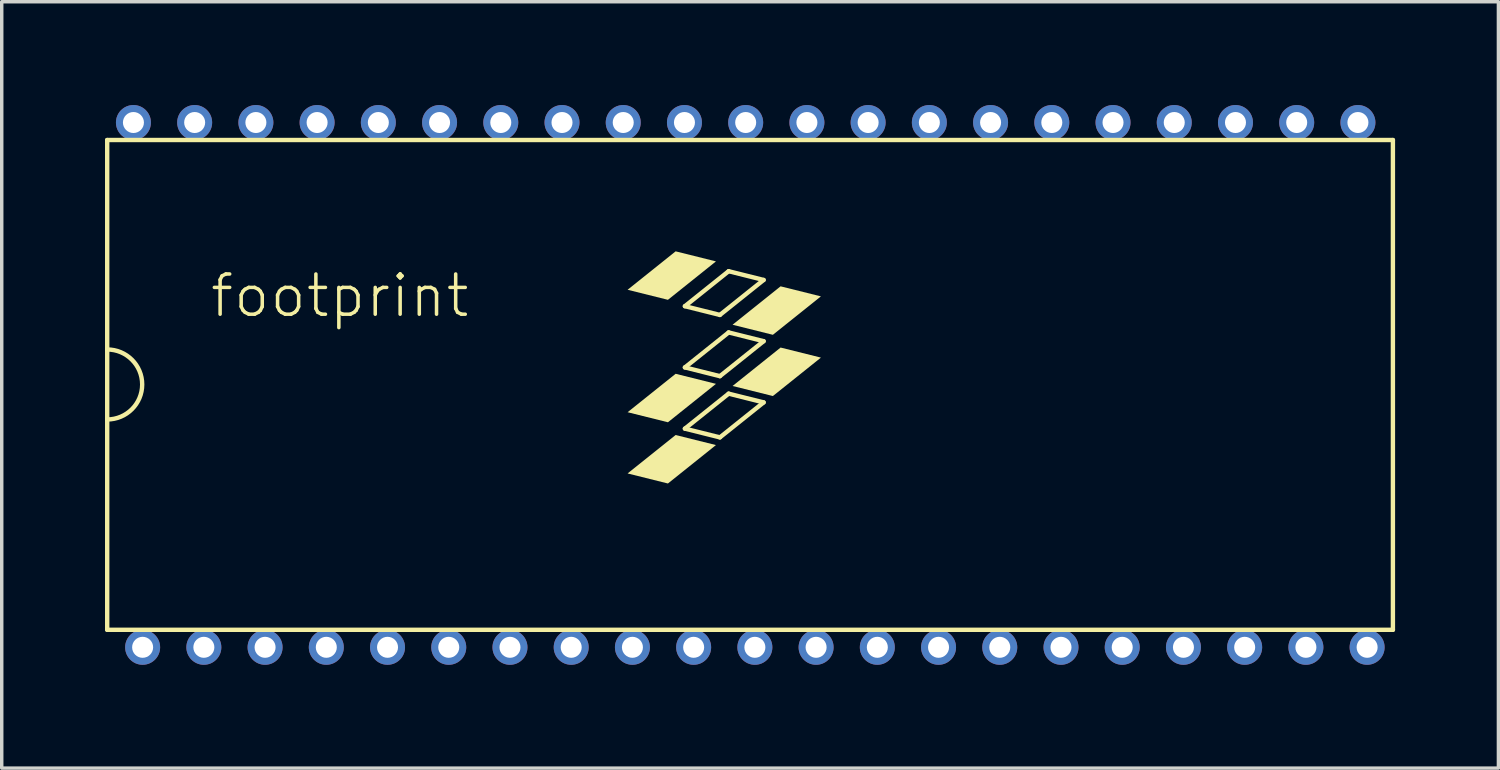
<source format=kicad_pcb>
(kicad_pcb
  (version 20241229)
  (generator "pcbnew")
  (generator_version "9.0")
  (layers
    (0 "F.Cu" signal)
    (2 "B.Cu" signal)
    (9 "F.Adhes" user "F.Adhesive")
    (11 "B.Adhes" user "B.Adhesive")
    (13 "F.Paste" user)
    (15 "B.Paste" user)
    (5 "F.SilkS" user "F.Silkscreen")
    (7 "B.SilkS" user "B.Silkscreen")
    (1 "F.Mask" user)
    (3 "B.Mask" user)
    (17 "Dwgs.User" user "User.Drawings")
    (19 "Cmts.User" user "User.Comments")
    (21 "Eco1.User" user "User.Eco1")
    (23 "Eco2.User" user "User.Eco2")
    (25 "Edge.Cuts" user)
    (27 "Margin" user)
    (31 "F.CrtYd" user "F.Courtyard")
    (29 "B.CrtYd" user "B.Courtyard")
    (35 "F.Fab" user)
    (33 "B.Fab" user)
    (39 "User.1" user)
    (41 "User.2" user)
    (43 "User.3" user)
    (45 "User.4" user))
  (footprint "footprint"
    (layer "F.Cu")
    (at 18.872 8.128)
    (property "Reference" "footprint" (at -15.875 -1.905 0) (layer "F.SilkS") (effects (font (size 1.168 1.168) (thickness 0.102)) (justify left bottom)))
    (fp_line (start -18.809 -7.112) (end -18.809 -1.029) (stroke (width 0.127) (type solid)) (layer "F.SilkS"))
    (fp_line (start -18.809 -1.029) (end -18.809 1.003) (stroke (width 0.127) (type solid)) (layer "F.SilkS"))
    (fp_line (start -18.809 1.003) (end -18.809 7.112) (stroke (width 0.127) (type solid)) (layer "F.SilkS"))
    (fp_line (start -18.809 7.112) (end 18.529 7.112) (stroke (width 0.127) (type solid)) (layer "F.SilkS"))
    (fp_line (start -2.032 -2.286) (end -0.762 -3.302) (stroke (width 0.127) (type solid)) (layer "F.SilkS"))
    (fp_line (start -2.032 1.27) (end -0.762 0.254) (stroke (width 0.127) (type solid)) (layer "F.SilkS"))
    (fp_line (start -1.016 -2.032) (end -2.032 -2.286) (stroke (width 0.127) (type solid)) (layer "F.SilkS"))
    (fp_line (start -1.016 -0.254) (end -2.032 -0.508) (stroke (width 0.127) (type solid)) (layer "F.SilkS"))
    (fp_line (start -1.016 1.524) (end -2.032 1.27) (stroke (width 0.127) (type solid)) (layer "F.SilkS"))
    (fp_line (start -0.762 -3.302) (end 0.254 -3.048) (stroke (width 0.127) (type solid)) (layer "F.SilkS"))
    (fp_line (start -0.762 -1.524) (end -2.032 -0.508) (stroke (width 0.127) (type solid)) (layer "F.SilkS"))
    (fp_line (start -0.762 -1.524) (end 0.254 -1.27) (stroke (width 0.127) (type solid)) (layer "F.SilkS"))
    (fp_line (start -0.762 0.254) (end 0.254 0.508) (stroke (width 0.127) (type solid)) (layer "F.SilkS"))
    (fp_line (start 0.254 -3.048) (end -1.016 -2.032) (stroke (width 0.127) (type solid)) (layer "F.SilkS"))
    (fp_line (start 0.254 -1.27) (end -1.016 -0.254) (stroke (width 0.127) (type solid)) (layer "F.SilkS"))
    (fp_line (start 0.254 0.508) (end -1.016 1.524) (stroke (width 0.127) (type solid)) (layer "F.SilkS"))
    (fp_line (start 18.529 -7.112) (end -18.809 -7.112) (stroke (width 0.127) (type solid)) (layer "F.SilkS"))
    (fp_line (start 18.529 7.112) (end 18.529 -7.112) (stroke (width 0.127) (type solid)) (layer "F.SilkS"))
    (fp_arc (start -18.8087 -1.0287) (mid -17.7927 -0.0127) (end -18.8087 1.0033) (stroke (width 0.127) (type solid)) (layer "F.SilkS"))
    (fp_poly (pts (xy -1.13 -3.587) (xy -2.525 -2.471) (xy -3.696 -2.763) (xy -2.301 -3.879)) (stroke (width 0) (type solid)) (fill yes) (layer "F.SilkS"))
    (fp_poly (pts (xy -1.13 -0.031) (xy -2.525 1.085) (xy -3.696 0.793) (xy -2.301 -0.323)) (stroke (width 0) (type solid)) (fill yes) (layer "F.SilkS"))
    (fp_poly (pts (xy -1.13 1.747) (xy -2.525 2.863) (xy -3.696 2.571) (xy -2.301 1.455)) (stroke (width 0) (type solid)) (fill yes) (layer "F.SilkS"))
    (fp_poly (pts (xy 1.918 -2.571) (xy 0.523 -1.455) (xy -0.648 -1.747) (xy 0.747 -2.863)) (stroke (width 0) (type solid)) (fill yes) (layer "F.SilkS"))
    (fp_poly (pts (xy 1.918 -0.793) (xy 0.523 0.323) (xy -0.648 0.031) (xy 0.747 -1.085)) (stroke (width 0) (type solid)) (fill yes) (layer "F.SilkS"))
    (pad "1" thru_hole circle (at -17.78 7.62) (size 1.016 1.016) (drill 0.61) (layers "*.Cu" "*.Mask"))
    (pad "2" thru_hole circle (at -16.002 7.62) (size 1.016 1.016) (drill 0.61) (layers "*.Cu" "*.Mask"))
    (pad "3" thru_hole circle (at -14.224 7.62) (size 1.016 1.016) (drill 0.61) (layers "*.Cu" "*.Mask"))
    (pad "4" thru_hole circle (at -12.446 7.62) (size 1.016 1.016) (drill 0.61) (layers "*.Cu" "*.Mask"))
    (pad "5" thru_hole circle (at -10.668 7.62) (size 1.016 1.016) (drill 0.61) (layers "*.Cu" "*.Mask"))
    (pad "6" thru_hole circle (at -8.89 7.62) (size 1.016 1.016) (drill 0.61) (layers "*.Cu" "*.Mask"))
    (pad "7" thru_hole circle (at -7.112 7.62) (size 1.016 1.016) (drill 0.61) (layers "*.Cu" "*.Mask"))
    (pad "8" thru_hole circle (at -5.334 7.62) (size 1.016 1.016) (drill 0.61) (layers "*.Cu" "*.Mask"))
    (pad "9" thru_hole circle (at -3.556 7.62) (size 1.016 1.016) (drill 0.61) (layers "*.Cu" "*.Mask"))
    (pad "10" thru_hole circle (at -1.778 7.62) (size 1.016 1.016) (drill 0.61) (layers "*.Cu" "*.Mask"))
    (pad "11" thru_hole circle (at 0 7.62) (size 1.016 1.016) (drill 0.61) (layers "*.Cu" "*.Mask"))
    (pad "12" thru_hole circle (at 1.778 7.62) (size 1.016 1.016) (drill 0.61) (layers "*.Cu" "*.Mask"))
    (pad "13" thru_hole circle (at 3.556 7.62) (size 1.016 1.016) (drill 0.61) (layers "*.Cu" "*.Mask"))
    (pad "14" thru_hole circle (at 5.334 7.62) (size 1.016 1.016) (drill 0.61) (layers "*.Cu" "*.Mask"))
    (pad "15" thru_hole circle (at 7.112 7.62) (size 1.016 1.016) (drill 0.61) (layers "*.Cu" "*.Mask"))
    (pad "16" thru_hole circle (at 8.89 7.62) (size 1.016 1.016) (drill 0.61) (layers "*.Cu" "*.Mask"))
    (pad "17" thru_hole circle (at 10.668 7.62) (size 1.016 1.016) (drill 0.61) (layers "*.Cu" "*.Mask"))
    (pad "18" thru_hole circle (at 12.446 7.62) (size 1.016 1.016) (drill 0.61) (layers "*.Cu" "*.Mask"))
    (pad "19" thru_hole circle (at 14.224 7.62) (size 1.016 1.016) (drill 0.61) (layers "*.Cu" "*.Mask"))
    (pad "20" thru_hole circle (at 16.002 7.62) (size 1.016 1.016) (drill 0.61) (layers "*.Cu" "*.Mask"))
    (pad "21" thru_hole circle (at 17.78 7.62) (size 1.016 1.016) (drill 0.61) (layers "*.Cu" "*.Mask"))
    (pad "22" thru_hole circle (at 17.513 -7.62) (size 1.016 1.016) (drill 0.61) (layers "*.Cu" "*.Mask"))
    (pad "23" thru_hole circle (at 15.735 -7.62) (size 1.016 1.016) (drill 0.61) (layers "*.Cu" "*.Mask"))
    (pad "24" thru_hole circle (at 13.957 -7.62) (size 1.016 1.016) (drill 0.61) (layers "*.Cu" "*.Mask"))
    (pad "25" thru_hole circle (at 12.179 -7.62) (size 1.016 1.016) (drill 0.61) (layers "*.Cu" "*.Mask"))
    (pad "26" thru_hole circle (at 10.401 -7.62) (size 1.016 1.016) (drill 0.61) (layers "*.Cu" "*.Mask"))
    (pad "27" thru_hole circle (at 8.623 -7.62) (size 1.016 1.016) (drill 0.61) (layers "*.Cu" "*.Mask"))
    (pad "28" thru_hole circle (at 6.845 -7.62) (size 1.016 1.016) (drill 0.61) (layers "*.Cu" "*.Mask"))
    (pad "29" thru_hole circle (at 5.067 -7.62) (size 1.016 1.016) (drill 0.61) (layers "*.Cu" "*.Mask"))
    (pad "30" thru_hole circle (at 3.289 -7.62) (size 1.016 1.016) (drill 0.61) (layers "*.Cu" "*.Mask"))
    (pad "31" thru_hole circle (at 1.511 -7.62) (size 1.016 1.016) (drill 0.61) (layers "*.Cu" "*.Mask"))
    (pad "32" thru_hole circle (at -0.267 -7.62) (size 1.016 1.016) (drill 0.61) (layers "*.Cu" "*.Mask"))
    (pad "33" thru_hole circle (at -2.045 -7.62) (size 1.016 1.016) (drill 0.61) (layers "*.Cu" "*.Mask"))
    (pad "34" thru_hole circle (at -3.823 -7.62) (size 1.016 1.016) (drill 0.61) (layers "*.Cu" "*.Mask"))
    (pad "35" thru_hole circle (at -5.601 -7.62) (size 1.016 1.016) (drill 0.61) (layers "*.Cu" "*.Mask"))
    (pad "36" thru_hole circle (at -7.379 -7.62) (size 1.016 1.016) (drill 0.61) (layers "*.Cu" "*.Mask"))
    (pad "37" thru_hole circle (at -9.157 -7.62) (size 1.016 1.016) (drill 0.61) (layers "*.Cu" "*.Mask"))
    (pad "38" thru_hole circle (at -10.935 -7.62) (size 1.016 1.016) (drill 0.61) (layers "*.Cu" "*.Mask"))
    (pad "39" thru_hole circle (at -12.713 -7.62) (size 1.016 1.016) (drill 0.61) (layers "*.Cu" "*.Mask"))
    (pad "40" thru_hole circle (at -14.491 -7.62) (size 1.016 1.016) (drill 0.61) (layers "*.Cu" "*.Mask"))
    (pad "41" thru_hole circle (at -16.269 -7.62) (size 1.016 1.016) (drill 0.61) (layers "*.Cu" "*.Mask"))
    (pad "42" thru_hole circle (at -18.047 -7.62) (size 1.016 1.016) (drill 0.61) (layers "*.Cu" "*.Mask")))
  (gr_rect
    (start -3 -3)
    (end 40.465 19.256)
    (stroke (width 0.1) (type default))
    (fill no)
    (layer "Edge.Cuts")))
</source>
